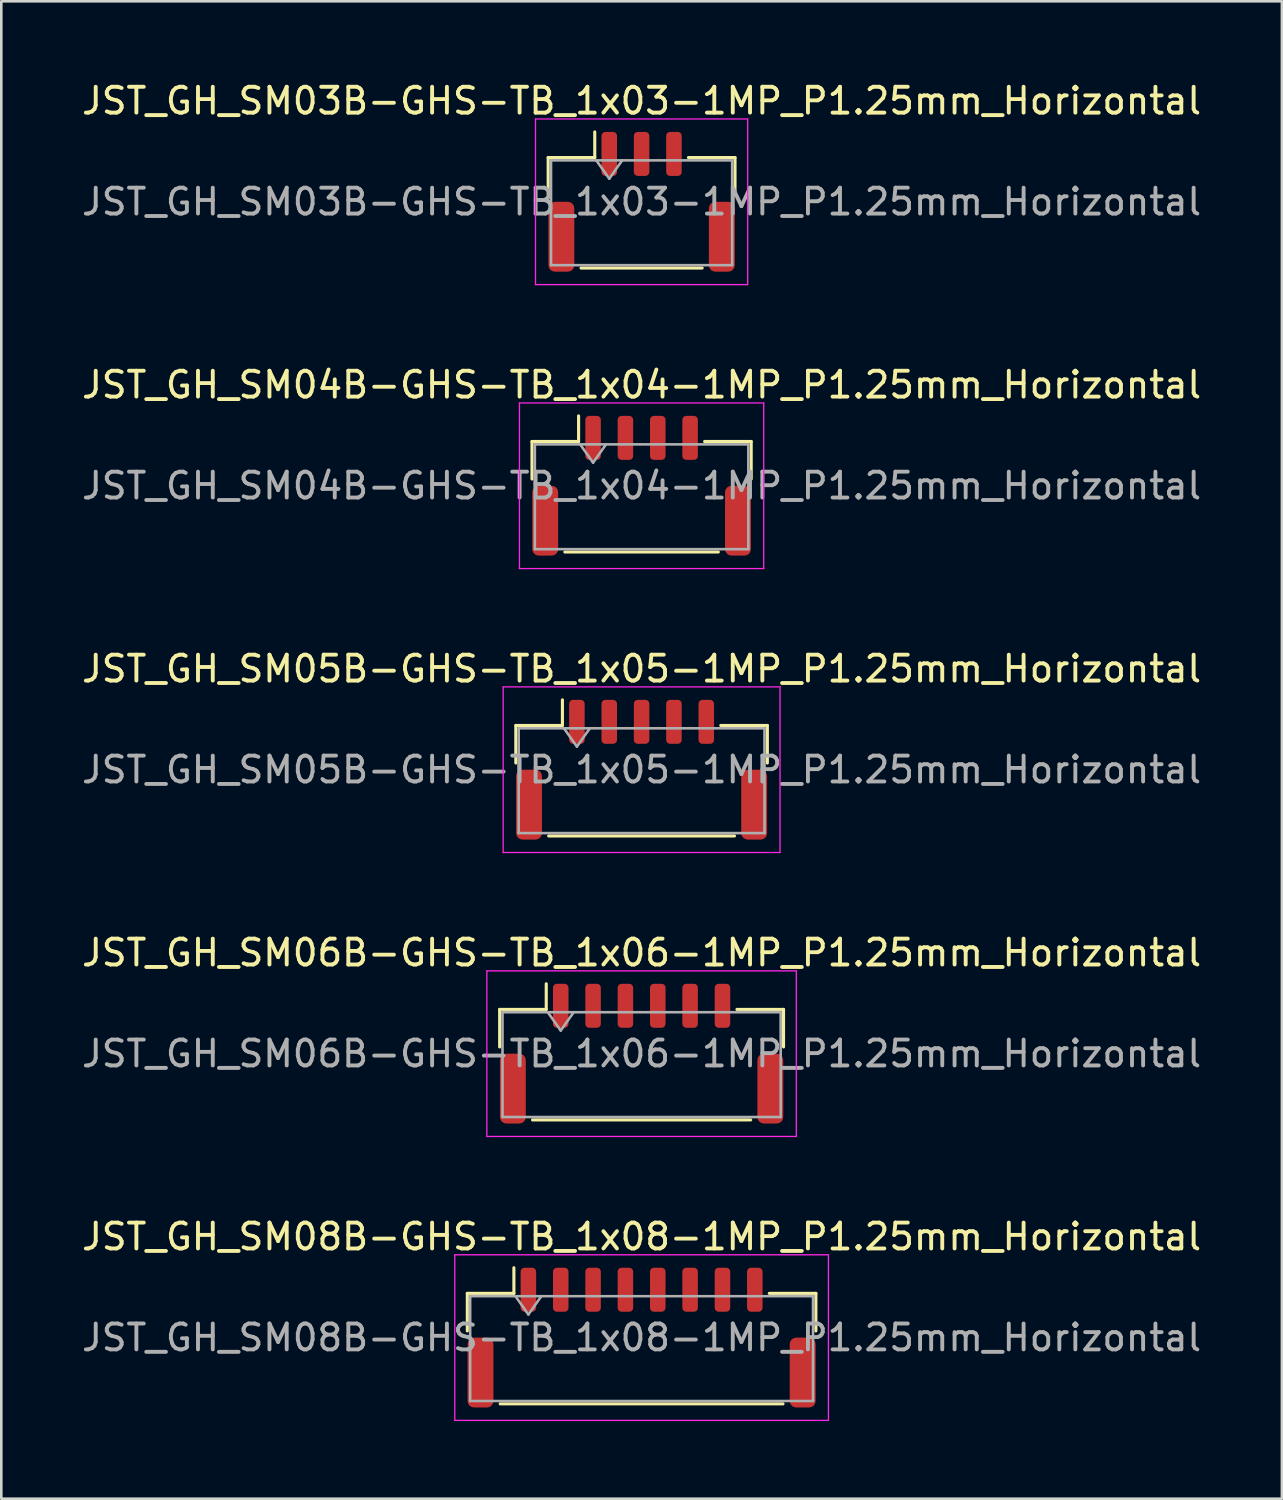
<source format=kicad_pcb>
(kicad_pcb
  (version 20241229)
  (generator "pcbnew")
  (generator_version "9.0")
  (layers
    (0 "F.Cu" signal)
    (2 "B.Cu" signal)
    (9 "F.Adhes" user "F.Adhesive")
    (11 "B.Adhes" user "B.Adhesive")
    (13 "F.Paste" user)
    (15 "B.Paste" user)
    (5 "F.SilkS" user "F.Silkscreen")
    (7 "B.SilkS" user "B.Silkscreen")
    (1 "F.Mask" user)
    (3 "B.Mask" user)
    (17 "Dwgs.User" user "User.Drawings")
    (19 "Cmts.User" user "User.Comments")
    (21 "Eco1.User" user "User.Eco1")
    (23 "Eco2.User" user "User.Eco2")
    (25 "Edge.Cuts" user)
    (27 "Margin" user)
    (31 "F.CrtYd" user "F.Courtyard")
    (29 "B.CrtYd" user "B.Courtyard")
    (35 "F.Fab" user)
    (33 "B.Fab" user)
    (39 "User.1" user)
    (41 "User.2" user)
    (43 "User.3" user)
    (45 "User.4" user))
  (footprint "JST_GH_SM03B-GHS-TB_1x03-1MP_P1.25mm_Horizontal"
    (layer "F.Cu")
    (at 21.744 4.748)
    (property "Reference" "JST_GH_SM03B-GHS-TB_1x03-1MP_P1.25mm_Horizontal" (at 0 -3.9 0) (layer "F.SilkS") (effects (font (size 1 1) (thickness 0.15))))
    (attr smd)
    (fp_line (start -3.61 -1.71) (end -1.81 -1.71) (stroke (width 0.12) (type solid)) (layer "F.SilkS"))
    (fp_line (start -3.61 -0.26) (end -3.61 -1.71) (stroke (width 0.12) (type solid)) (layer "F.SilkS"))
    (fp_line (start -2.34 2.56) (end 2.34 2.56) (stroke (width 0.12) (type solid)) (layer "F.SilkS"))
    (fp_line (start -1.81 -1.71) (end -1.81 -2.7) (stroke (width 0.12) (type solid)) (layer "F.SilkS"))
    (fp_line (start 3.61 -1.71) (end 1.81 -1.71) (stroke (width 0.12) (type solid)) (layer "F.SilkS"))
    (fp_line (start 3.61 -0.26) (end 3.61 -1.71) (stroke (width 0.12) (type solid)) (layer "F.SilkS"))
    (fp_line (start -4.1 -3.2) (end -4.1 3.2) (stroke (width 0.05) (type solid)) (layer "F.CrtYd"))
    (fp_line (start -4.1 3.2) (end 4.1 3.2) (stroke (width 0.05) (type solid)) (layer "F.CrtYd"))
    (fp_line (start 4.1 -3.2) (end -4.1 -3.2) (stroke (width 0.05) (type solid)) (layer "F.CrtYd"))
    (fp_line (start 4.1 3.2) (end 4.1 -3.2) (stroke (width 0.05) (type solid)) (layer "F.CrtYd"))
    (fp_line (start -3.5 -1.6) (end -3.5 2.45) (stroke (width 0.1) (type solid)) (layer "F.Fab"))
    (fp_line (start -3.5 -1.6) (end 3.5 -1.6) (stroke (width 0.1) (type solid)) (layer "F.Fab"))
    (fp_line (start -3.5 2.45) (end 3.5 2.45) (stroke (width 0.1) (type solid)) (layer "F.Fab"))
    (fp_line (start -1.75 -1.6) (end -1.25 -0.893) (stroke (width 0.1) (type solid)) (layer "F.Fab"))
    (fp_line (start -1.25 -0.893) (end -0.75 -1.6) (stroke (width 0.1) (type solid)) (layer "F.Fab"))
    (fp_line (start 3.5 -1.6) (end 3.5 2.45) (stroke (width 0.1) (type solid)) (layer "F.Fab"))
    (fp_text user "${REFERENCE}" (at 0 0 0) (layer "F.Fab") (effects (font (size 1 1) (thickness 0.15))))
    (pad "1" smd roundrect (at -1.25 -1.85) (size 0.6 1.7) (layers "F.Cu" "F.Mask" "F.Paste") (roundrect_rratio 0.25))
    (pad "2" smd roundrect (at 0 -1.85) (size 0.6 1.7) (layers "F.Cu" "F.Mask" "F.Paste") (roundrect_rratio 0.25))
    (pad "3" smd roundrect (at 1.25 -1.85) (size 0.6 1.7) (layers "F.Cu" "F.Mask" "F.Paste") (roundrect_rratio 0.25))
    (pad "MP" smd roundrect (at -3.1 1.35) (size 1 2.7) (layers "F.Cu" "F.Mask" "F.Paste") (roundrect_rratio 0.25))
    (pad "MP" smd roundrect (at 3.1 1.35) (size 1 2.7) (layers "F.Cu" "F.Mask" "F.Paste") (roundrect_rratio 0.25)))
  (footprint "JST_GH_SM06B-GHS-TB_1x06-1MP_P1.25mm_Horizontal"
    (layer "F.Cu")
    (at 21.744 37.668)
    (property "Reference" "JST_GH_SM06B-GHS-TB_1x06-1MP_P1.25mm_Horizontal" (at 0 -3.9 0) (layer "F.SilkS") (effects (font (size 1 1) (thickness 0.15))))
    (attr smd)
    (fp_line (start -5.485 -1.71) (end -3.685 -1.71) (stroke (width 0.12) (type solid)) (layer "F.SilkS"))
    (fp_line (start -5.485 -0.26) (end -5.485 -1.71) (stroke (width 0.12) (type solid)) (layer "F.SilkS"))
    (fp_line (start -4.215 2.56) (end 4.215 2.56) (stroke (width 0.12) (type solid)) (layer "F.SilkS"))
    (fp_line (start -3.685 -1.71) (end -3.685 -2.7) (stroke (width 0.12) (type solid)) (layer "F.SilkS"))
    (fp_line (start 5.485 -1.71) (end 3.685 -1.71) (stroke (width 0.12) (type solid)) (layer "F.SilkS"))
    (fp_line (start 5.485 -0.26) (end 5.485 -1.71) (stroke (width 0.12) (type solid)) (layer "F.SilkS"))
    (fp_line (start -5.98 -3.2) (end -5.98 3.2) (stroke (width 0.05) (type solid)) (layer "F.CrtYd"))
    (fp_line (start -5.98 3.2) (end 5.98 3.2) (stroke (width 0.05) (type solid)) (layer "F.CrtYd"))
    (fp_line (start 5.98 -3.2) (end -5.98 -3.2) (stroke (width 0.05) (type solid)) (layer "F.CrtYd"))
    (fp_line (start 5.98 3.2) (end 5.98 -3.2) (stroke (width 0.05) (type solid)) (layer "F.CrtYd"))
    (fp_line (start -5.375 -1.6) (end -5.375 2.45) (stroke (width 0.1) (type solid)) (layer "F.Fab"))
    (fp_line (start -5.375 -1.6) (end 5.375 -1.6) (stroke (width 0.1) (type solid)) (layer "F.Fab"))
    (fp_line (start -5.375 2.45) (end 5.375 2.45) (stroke (width 0.1) (type solid)) (layer "F.Fab"))
    (fp_line (start -3.625 -1.6) (end -3.125 -0.893) (stroke (width 0.1) (type solid)) (layer "F.Fab"))
    (fp_line (start -3.125 -0.893) (end -2.625 -1.6) (stroke (width 0.1) (type solid)) (layer "F.Fab"))
    (fp_line (start 5.375 -1.6) (end 5.375 2.45) (stroke (width 0.1) (type solid)) (layer "F.Fab"))
    (fp_text user "${REFERENCE}" (at 0 0 0) (layer "F.Fab") (effects (font (size 1 1) (thickness 0.15))))
    (pad "1" smd roundrect (at -3.125 -1.85) (size 0.6 1.7) (layers "F.Cu" "F.Mask" "F.Paste") (roundrect_rratio 0.25))
    (pad "2" smd roundrect (at -1.875 -1.85) (size 0.6 1.7) (layers "F.Cu" "F.Mask" "F.Paste") (roundrect_rratio 0.25))
    (pad "3" smd roundrect (at -0.625 -1.85) (size 0.6 1.7) (layers "F.Cu" "F.Mask" "F.Paste") (roundrect_rratio 0.25))
    (pad "4" smd roundrect (at 0.625 -1.85) (size 0.6 1.7) (layers "F.Cu" "F.Mask" "F.Paste") (roundrect_rratio 0.25))
    (pad "5" smd roundrect (at 1.875 -1.85) (size 0.6 1.7) (layers "F.Cu" "F.Mask" "F.Paste") (roundrect_rratio 0.25))
    (pad "6" smd roundrect (at 3.125 -1.85) (size 0.6 1.7) (layers "F.Cu" "F.Mask" "F.Paste") (roundrect_rratio 0.25))
    (pad "MP" smd roundrect (at -4.975 1.35) (size 1 2.7) (layers "F.Cu" "F.Mask" "F.Paste") (roundrect_rratio 0.25))
    (pad "MP" smd roundrect (at 4.975 1.35) (size 1 2.7) (layers "F.Cu" "F.Mask" "F.Paste") (roundrect_rratio 0.25)))
  (footprint "JST_GH_SM04B-GHS-TB_1x04-1MP_P1.25mm_Horizontal"
    (layer "F.Cu")
    (at 21.744 15.722)
    (property "Reference" "JST_GH_SM04B-GHS-TB_1x04-1MP_P1.25mm_Horizontal" (at 0 -3.9 0) (layer "F.SilkS") (effects (font (size 1 1) (thickness 0.15))))
    (attr smd)
    (fp_line (start -4.235 -1.71) (end -2.435 -1.71) (stroke (width 0.12) (type solid)) (layer "F.SilkS"))
    (fp_line (start -4.235 -0.26) (end -4.235 -1.71) (stroke (width 0.12) (type solid)) (layer "F.SilkS"))
    (fp_line (start -2.965 2.56) (end 2.965 2.56) (stroke (width 0.12) (type solid)) (layer "F.SilkS"))
    (fp_line (start -2.435 -1.71) (end -2.435 -2.7) (stroke (width 0.12) (type solid)) (layer "F.SilkS"))
    (fp_line (start 4.235 -1.71) (end 2.435 -1.71) (stroke (width 0.12) (type solid)) (layer "F.SilkS"))
    (fp_line (start 4.235 -0.26) (end 4.235 -1.71) (stroke (width 0.12) (type solid)) (layer "F.SilkS"))
    (fp_line (start -4.72 -3.2) (end -4.72 3.2) (stroke (width 0.05) (type solid)) (layer "F.CrtYd"))
    (fp_line (start -4.72 3.2) (end 4.72 3.2) (stroke (width 0.05) (type solid)) (layer "F.CrtYd"))
    (fp_line (start 4.72 -3.2) (end -4.72 -3.2) (stroke (width 0.05) (type solid)) (layer "F.CrtYd"))
    (fp_line (start 4.72 3.2) (end 4.72 -3.2) (stroke (width 0.05) (type solid)) (layer "F.CrtYd"))
    (fp_line (start -4.125 -1.6) (end -4.125 2.45) (stroke (width 0.1) (type solid)) (layer "F.Fab"))
    (fp_line (start -4.125 -1.6) (end 4.125 -1.6) (stroke (width 0.1) (type solid)) (layer "F.Fab"))
    (fp_line (start -4.125 2.45) (end 4.125 2.45) (stroke (width 0.1) (type solid)) (layer "F.Fab"))
    (fp_line (start -2.375 -1.6) (end -1.875 -0.893) (stroke (width 0.1) (type solid)) (layer "F.Fab"))
    (fp_line (start -1.875 -0.893) (end -1.375 -1.6) (stroke (width 0.1) (type solid)) (layer "F.Fab"))
    (fp_line (start 4.125 -1.6) (end 4.125 2.45) (stroke (width 0.1) (type solid)) (layer "F.Fab"))
    (fp_text user "${REFERENCE}" (at 0 0 0) (layer "F.Fab") (effects (font (size 1 1) (thickness 0.15))))
    (pad "1" smd roundrect (at -1.875 -1.85) (size 0.6 1.7) (layers "F.Cu" "F.Mask" "F.Paste") (roundrect_rratio 0.25))
    (pad "2" smd roundrect (at -0.625 -1.85) (size 0.6 1.7) (layers "F.Cu" "F.Mask" "F.Paste") (roundrect_rratio 0.25))
    (pad "3" smd roundrect (at 0.625 -1.85) (size 0.6 1.7) (layers "F.Cu" "F.Mask" "F.Paste") (roundrect_rratio 0.25))
    (pad "4" smd roundrect (at 1.875 -1.85) (size 0.6 1.7) (layers "F.Cu" "F.Mask" "F.Paste") (roundrect_rratio 0.25))
    (pad "MP" smd roundrect (at -3.725 1.35) (size 1 2.7) (layers "F.Cu" "F.Mask" "F.Paste") (roundrect_rratio 0.25))
    (pad "MP" smd roundrect (at 3.725 1.35) (size 1 2.7) (layers "F.Cu" "F.Mask" "F.Paste") (roundrect_rratio 0.25)))
  (footprint "JST_GH_SM05B-GHS-TB_1x05-1MP_P1.25mm_Horizontal"
    (layer "F.Cu")
    (at 21.744 26.695)
    (property "Reference" "JST_GH_SM05B-GHS-TB_1x05-1MP_P1.25mm_Horizontal" (at 0 -3.9 0) (layer "F.SilkS") (effects (font (size 1 1) (thickness 0.15))))
    (attr smd)
    (fp_line (start -4.86 -1.71) (end -3.06 -1.71) (stroke (width 0.12) (type solid)) (layer "F.SilkS"))
    (fp_line (start -4.86 -0.26) (end -4.86 -1.71) (stroke (width 0.12) (type solid)) (layer "F.SilkS"))
    (fp_line (start -3.59 2.56) (end 3.59 2.56) (stroke (width 0.12) (type solid)) (layer "F.SilkS"))
    (fp_line (start -3.06 -1.71) (end -3.06 -2.7) (stroke (width 0.12) (type solid)) (layer "F.SilkS"))
    (fp_line (start 4.86 -1.71) (end 3.06 -1.71) (stroke (width 0.12) (type solid)) (layer "F.SilkS"))
    (fp_line (start 4.86 -0.26) (end 4.86 -1.71) (stroke (width 0.12) (type solid)) (layer "F.SilkS"))
    (fp_line (start -5.35 -3.2) (end -5.35 3.2) (stroke (width 0.05) (type solid)) (layer "F.CrtYd"))
    (fp_line (start -5.35 3.2) (end 5.35 3.2) (stroke (width 0.05) (type solid)) (layer "F.CrtYd"))
    (fp_line (start 5.35 -3.2) (end -5.35 -3.2) (stroke (width 0.05) (type solid)) (layer "F.CrtYd"))
    (fp_line (start 5.35 3.2) (end 5.35 -3.2) (stroke (width 0.05) (type solid)) (layer "F.CrtYd"))
    (fp_line (start -4.75 -1.6) (end -4.75 2.45) (stroke (width 0.1) (type solid)) (layer "F.Fab"))
    (fp_line (start -4.75 -1.6) (end 4.75 -1.6) (stroke (width 0.1) (type solid)) (layer "F.Fab"))
    (fp_line (start -4.75 2.45) (end 4.75 2.45) (stroke (width 0.1) (type solid)) (layer "F.Fab"))
    (fp_line (start -3 -1.6) (end -2.5 -0.893) (stroke (width 0.1) (type solid)) (layer "F.Fab"))
    (fp_line (start -2.5 -0.893) (end -2 -1.6) (stroke (width 0.1) (type solid)) (layer "F.Fab"))
    (fp_line (start 4.75 -1.6) (end 4.75 2.45) (stroke (width 0.1) (type solid)) (layer "F.Fab"))
    (fp_text user "${REFERENCE}" (at 0 0 0) (layer "F.Fab") (effects (font (size 1 1) (thickness 0.15))))
    (pad "1" smd roundrect (at -2.5 -1.85) (size 0.6 1.7) (layers "F.Cu" "F.Mask" "F.Paste") (roundrect_rratio 0.25))
    (pad "2" smd roundrect (at -1.25 -1.85) (size 0.6 1.7) (layers "F.Cu" "F.Mask" "F.Paste") (roundrect_rratio 0.25))
    (pad "3" smd roundrect (at 0 -1.85) (size 0.6 1.7) (layers "F.Cu" "F.Mask" "F.Paste") (roundrect_rratio 0.25))
    (pad "4" smd roundrect (at 1.25 -1.85) (size 0.6 1.7) (layers "F.Cu" "F.Mask" "F.Paste") (roundrect_rratio 0.25))
    (pad "5" smd roundrect (at 2.5 -1.85) (size 0.6 1.7) (layers "F.Cu" "F.Mask" "F.Paste") (roundrect_rratio 0.25))
    (pad "MP" smd roundrect (at -4.35 1.35) (size 1 2.7) (layers "F.Cu" "F.Mask" "F.Paste") (roundrect_rratio 0.25))
    (pad "MP" smd roundrect (at 4.35 1.35) (size 1 2.7) (layers "F.Cu" "F.Mask" "F.Paste") (roundrect_rratio 0.25)))
  (footprint "JST_GH_SM08B-GHS-TB_1x08-1MP_P1.25mm_Horizontal"
    (layer "F.Cu")
    (at 21.744 48.641)
    (property "Reference" "JST_GH_SM08B-GHS-TB_1x08-1MP_P1.25mm_Horizontal" (at 0 -3.9 0) (layer "F.SilkS") (effects (font (size 1 1) (thickness 0.15))))
    (attr smd)
    (fp_line (start -6.735 -1.71) (end -4.935 -1.71) (stroke (width 0.12) (type solid)) (layer "F.SilkS"))
    (fp_line (start -6.735 -0.26) (end -6.735 -1.71) (stroke (width 0.12) (type solid)) (layer "F.SilkS"))
    (fp_line (start -5.465 2.56) (end 5.465 2.56) (stroke (width 0.12) (type solid)) (layer "F.SilkS"))
    (fp_line (start -4.935 -1.71) (end -4.935 -2.7) (stroke (width 0.12) (type solid)) (layer "F.SilkS"))
    (fp_line (start 6.735 -1.71) (end 4.935 -1.71) (stroke (width 0.12) (type solid)) (layer "F.SilkS"))
    (fp_line (start 6.735 -0.26) (end 6.735 -1.71) (stroke (width 0.12) (type solid)) (layer "F.SilkS"))
    (fp_line (start -7.22 -3.2) (end -7.22 3.2) (stroke (width 0.05) (type solid)) (layer "F.CrtYd"))
    (fp_line (start -7.22 3.2) (end 7.22 3.2) (stroke (width 0.05) (type solid)) (layer "F.CrtYd"))
    (fp_line (start 7.22 -3.2) (end -7.22 -3.2) (stroke (width 0.05) (type solid)) (layer "F.CrtYd"))
    (fp_line (start 7.22 3.2) (end 7.22 -3.2) (stroke (width 0.05) (type solid)) (layer "F.CrtYd"))
    (fp_line (start -6.625 -1.6) (end -6.625 2.45) (stroke (width 0.1) (type solid)) (layer "F.Fab"))
    (fp_line (start -6.625 -1.6) (end 6.625 -1.6) (stroke (width 0.1) (type solid)) (layer "F.Fab"))
    (fp_line (start -6.625 2.45) (end 6.625 2.45) (stroke (width 0.1) (type solid)) (layer "F.Fab"))
    (fp_line (start -4.875 -1.6) (end -4.375 -0.893) (stroke (width 0.1) (type solid)) (layer "F.Fab"))
    (fp_line (start -4.375 -0.893) (end -3.875 -1.6) (stroke (width 0.1) (type solid)) (layer "F.Fab"))
    (fp_line (start 6.625 -1.6) (end 6.625 2.45) (stroke (width 0.1) (type solid)) (layer "F.Fab"))
    (fp_text user "${REFERENCE}" (at 0 0 0) (layer "F.Fab") (effects (font (size 1 1) (thickness 0.15))))
    (pad "1" smd roundrect (at -4.375 -1.85) (size 0.6 1.7) (layers "F.Cu" "F.Mask" "F.Paste") (roundrect_rratio 0.25))
    (pad "2" smd roundrect (at -3.125 -1.85) (size 0.6 1.7) (layers "F.Cu" "F.Mask" "F.Paste") (roundrect_rratio 0.25))
    (pad "3" smd roundrect (at -1.875 -1.85) (size 0.6 1.7) (layers "F.Cu" "F.Mask" "F.Paste") (roundrect_rratio 0.25))
    (pad "4" smd roundrect (at -0.625 -1.85) (size 0.6 1.7) (layers "F.Cu" "F.Mask" "F.Paste") (roundrect_rratio 0.25))
    (pad "5" smd roundrect (at 0.625 -1.85) (size 0.6 1.7) (layers "F.Cu" "F.Mask" "F.Paste") (roundrect_rratio 0.25))
    (pad "6" smd roundrect (at 1.875 -1.85) (size 0.6 1.7) (layers "F.Cu" "F.Mask" "F.Paste") (roundrect_rratio 0.25))
    (pad "7" smd roundrect (at 3.125 -1.85) (size 0.6 1.7) (layers "F.Cu" "F.Mask" "F.Paste") (roundrect_rratio 0.25))
    (pad "8" smd roundrect (at 4.375 -1.85) (size 0.6 1.7) (layers "F.Cu" "F.Mask" "F.Paste") (roundrect_rratio 0.25))
    (pad "MP" smd roundrect (at -6.225 1.35) (size 1 2.7) (layers "F.Cu" "F.Mask" "F.Paste") (roundrect_rratio 0.25))
    (pad "MP" smd roundrect (at 6.225 1.35) (size 1 2.7) (layers "F.Cu" "F.Mask" "F.Paste") (roundrect_rratio 0.25)))
  (gr_rect
    (start -3 -3)
    (end 46.488 54.866)
    (stroke (width 0.1) (type default))
    (fill no)
    (layer "Edge.Cuts")))
</source>
